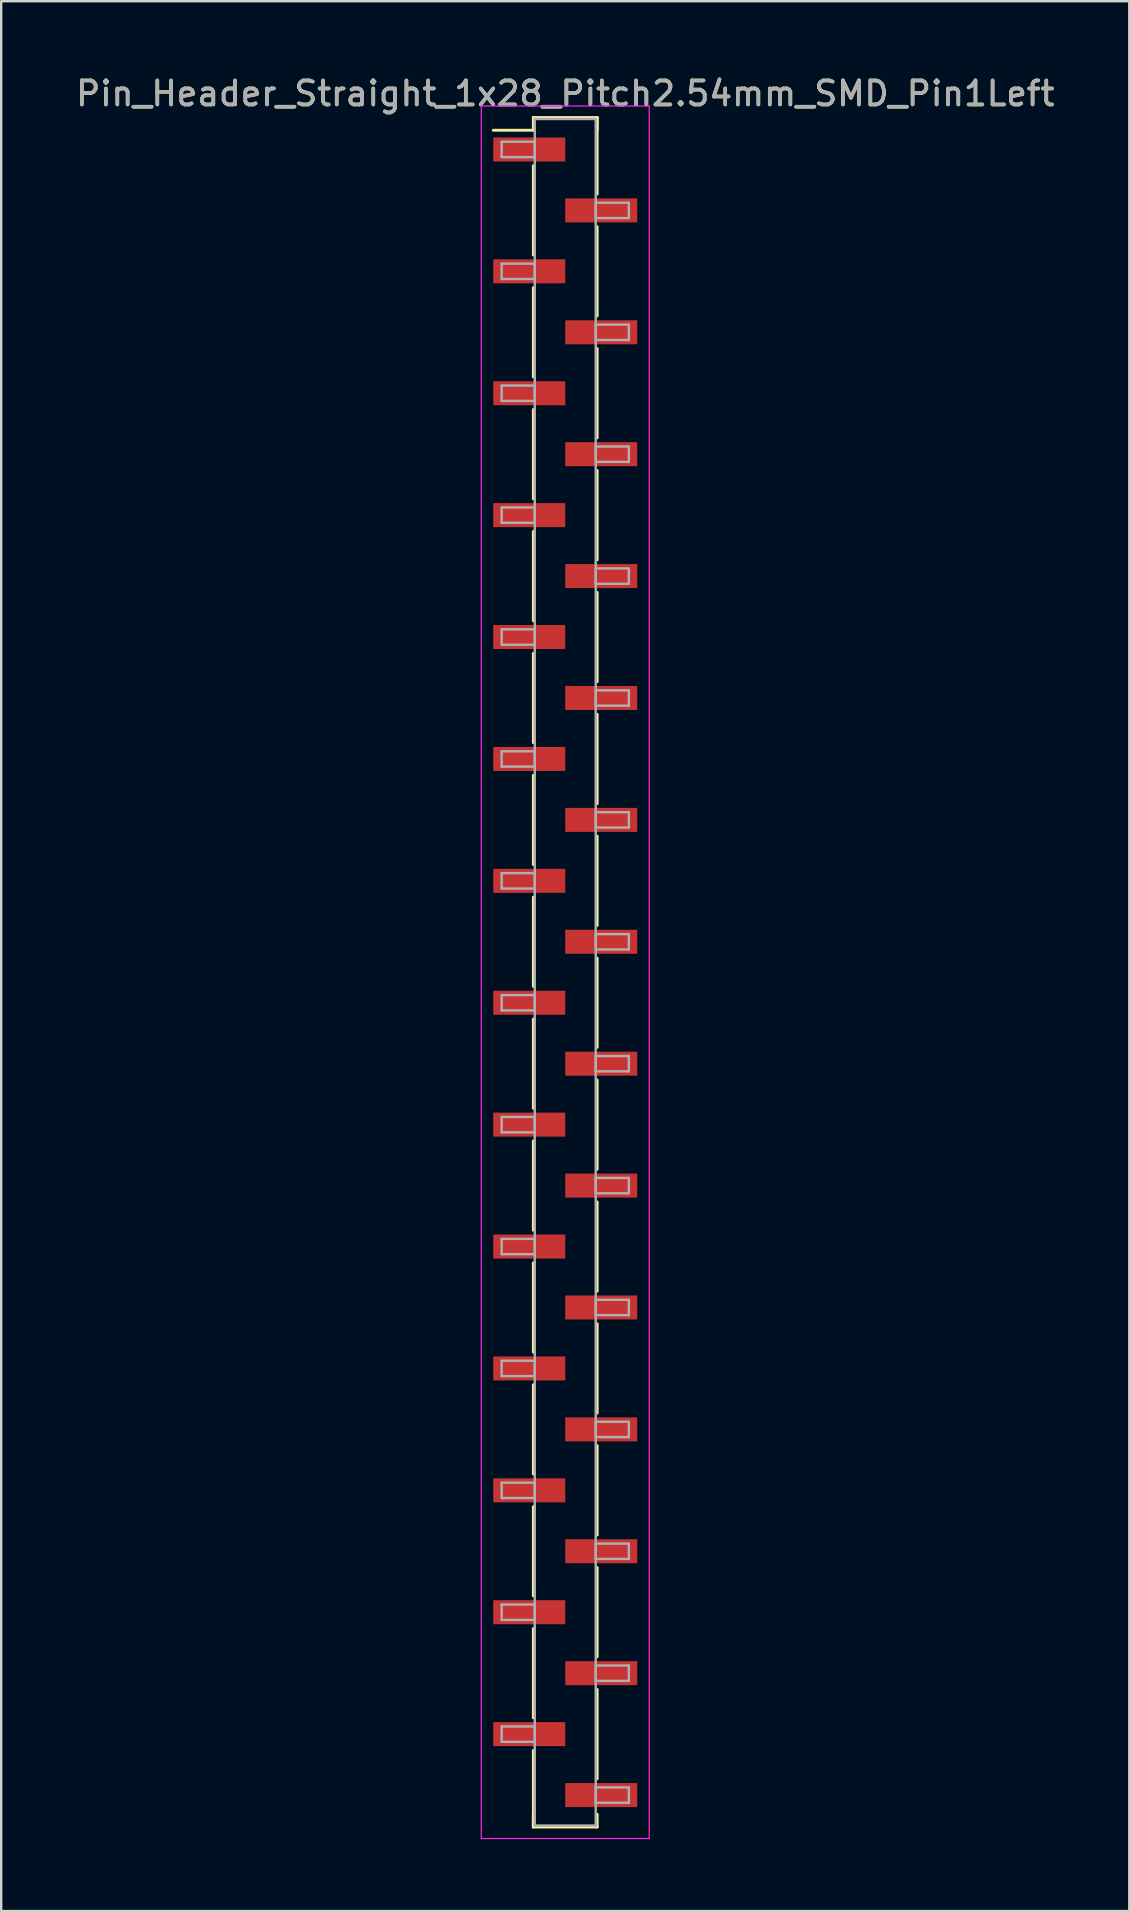
<source format=kicad_pcb>
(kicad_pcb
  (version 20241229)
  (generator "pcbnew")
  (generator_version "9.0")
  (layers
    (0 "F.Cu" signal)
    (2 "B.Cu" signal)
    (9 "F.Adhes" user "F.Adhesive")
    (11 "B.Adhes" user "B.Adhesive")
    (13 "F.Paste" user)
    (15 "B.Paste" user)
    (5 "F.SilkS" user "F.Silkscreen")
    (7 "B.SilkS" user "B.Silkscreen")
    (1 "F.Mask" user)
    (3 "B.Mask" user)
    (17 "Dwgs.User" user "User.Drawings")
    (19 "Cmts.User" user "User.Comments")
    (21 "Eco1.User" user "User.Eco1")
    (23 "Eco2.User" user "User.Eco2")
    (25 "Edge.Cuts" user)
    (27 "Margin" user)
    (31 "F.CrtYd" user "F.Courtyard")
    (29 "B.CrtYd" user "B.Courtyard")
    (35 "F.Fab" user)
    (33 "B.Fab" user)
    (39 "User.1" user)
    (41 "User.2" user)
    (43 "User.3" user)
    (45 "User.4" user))
  (footprint "Pin_Header_Straight_1x28_Pitch2.54mm_SMD_Pin1Left"
    (layer "F.Cu")
    (at 20.506 37.468)
    (property "Reference" "Pin_Header_Straight_1x28_Pitch2.54mm_SMD_Pin1Left" (at 0 -36.62 0) (layer "F.SilkS") (effects (font (size 1 1) (thickness 0.15))))
    (attr smd)
    (fp_line (start -1.33 -35.62) (end 1.33 -35.62) (stroke (width 0.12) (type solid)) (layer "F.SilkS"))
    (fp_line (start -1.33 -35.09) (end -3 -35.09) (stroke (width 0.12) (type solid)) (layer "F.SilkS"))
    (fp_line (start -1.33 -35.09) (end -1.33 -35.62) (stroke (width 0.12) (type solid)) (layer "F.SilkS"))
    (fp_line (start -1.33 -33.61) (end -1.33 -29.89) (stroke (width 0.12) (type solid)) (layer "F.SilkS"))
    (fp_line (start -1.33 -28.53) (end -1.33 -24.81) (stroke (width 0.12) (type solid)) (layer "F.SilkS"))
    (fp_line (start -1.33 -23.45) (end -1.33 -19.73) (stroke (width 0.12) (type solid)) (layer "F.SilkS"))
    (fp_line (start -1.33 -18.37) (end -1.33 -14.65) (stroke (width 0.12) (type solid)) (layer "F.SilkS"))
    (fp_line (start -1.33 -13.29) (end -1.33 -9.57) (stroke (width 0.12) (type solid)) (layer "F.SilkS"))
    (fp_line (start -1.33 -8.21) (end -1.33 -4.49) (stroke (width 0.12) (type solid)) (layer "F.SilkS"))
    (fp_line (start -1.33 -3.13) (end -1.33 0.59) (stroke (width 0.12) (type solid)) (layer "F.SilkS"))
    (fp_line (start -1.33 1.95) (end -1.33 5.67) (stroke (width 0.12) (type solid)) (layer "F.SilkS"))
    (fp_line (start -1.33 7.03) (end -1.33 10.75) (stroke (width 0.12) (type solid)) (layer "F.SilkS"))
    (fp_line (start -1.33 12.11) (end -1.33 15.83) (stroke (width 0.12) (type solid)) (layer "F.SilkS"))
    (fp_line (start -1.33 17.19) (end -1.33 20.91) (stroke (width 0.12) (type solid)) (layer "F.SilkS"))
    (fp_line (start -1.33 22.27) (end -1.33 25.99) (stroke (width 0.12) (type solid)) (layer "F.SilkS"))
    (fp_line (start -1.33 27.35) (end -1.33 31.07) (stroke (width 0.12) (type solid)) (layer "F.SilkS"))
    (fp_line (start -1.33 32.43) (end -1.33 35.62) (stroke (width 0.12) (type solid)) (layer "F.SilkS"))
    (fp_line (start -1.33 35.09) (end -1.33 35.62) (stroke (width 0.12) (type solid)) (layer "F.SilkS"))
    (fp_line (start -1.33 35.62) (end 1.33 35.62) (stroke (width 0.12) (type solid)) (layer "F.SilkS"))
    (fp_line (start 1.33 -35.62) (end 1.33 -35.09) (stroke (width 0.12) (type solid)) (layer "F.SilkS"))
    (fp_line (start 1.33 -35.62) (end 1.33 -32.43) (stroke (width 0.12) (type solid)) (layer "F.SilkS"))
    (fp_line (start 1.33 -31.07) (end 1.33 -27.35) (stroke (width 0.12) (type solid)) (layer "F.SilkS"))
    (fp_line (start 1.33 -25.99) (end 1.33 -22.27) (stroke (width 0.12) (type solid)) (layer "F.SilkS"))
    (fp_line (start 1.33 -20.91) (end 1.33 -17.19) (stroke (width 0.12) (type solid)) (layer "F.SilkS"))
    (fp_line (start 1.33 -15.83) (end 1.33 -12.11) (stroke (width 0.12) (type solid)) (layer "F.SilkS"))
    (fp_line (start 1.33 -10.75) (end 1.33 -7.03) (stroke (width 0.12) (type solid)) (layer "F.SilkS"))
    (fp_line (start 1.33 -5.67) (end 1.33 -1.95) (stroke (width 0.12) (type solid)) (layer "F.SilkS"))
    (fp_line (start 1.33 -0.59) (end 1.33 3.13) (stroke (width 0.12) (type solid)) (layer "F.SilkS"))
    (fp_line (start 1.33 4.49) (end 1.33 8.21) (stroke (width 0.12) (type solid)) (layer "F.SilkS"))
    (fp_line (start 1.33 9.57) (end 1.33 13.29) (stroke (width 0.12) (type solid)) (layer "F.SilkS"))
    (fp_line (start 1.33 14.65) (end 1.33 18.37) (stroke (width 0.12) (type solid)) (layer "F.SilkS"))
    (fp_line (start 1.33 19.73) (end 1.33 23.45) (stroke (width 0.12) (type solid)) (layer "F.SilkS"))
    (fp_line (start 1.33 24.81) (end 1.33 28.53) (stroke (width 0.12) (type solid)) (layer "F.SilkS"))
    (fp_line (start 1.33 29.89) (end 1.33 33.61) (stroke (width 0.12) (type solid)) (layer "F.SilkS"))
    (fp_line (start 1.33 35.62) (end 1.33 35.09) (stroke (width 0.12) (type solid)) (layer "F.SilkS"))
    (fp_line (start -3.5 -36.1) (end -3.5 36.1) (stroke (width 0.05) (type solid)) (layer "F.CrtYd"))
    (fp_line (start -3.5 36.1) (end 3.5 36.1) (stroke (width 0.05) (type solid)) (layer "F.CrtYd"))
    (fp_line (start 3.5 -36.1) (end -3.5 -36.1) (stroke (width 0.05) (type solid)) (layer "F.CrtYd"))
    (fp_line (start 3.5 36.1) (end 3.5 -36.1) (stroke (width 0.05) (type solid)) (layer "F.CrtYd"))
    (fp_line (start -2.65 -34.61) (end -1.27 -34.61) (stroke (width 0.1) (type solid)) (layer "F.Fab"))
    (fp_line (start -2.65 -33.97) (end -2.65 -34.61) (stroke (width 0.1) (type solid)) (layer "F.Fab"))
    (fp_line (start -2.65 -29.53) (end -1.27 -29.53) (stroke (width 0.1) (type solid)) (layer "F.Fab"))
    (fp_line (start -2.65 -28.89) (end -2.65 -29.53) (stroke (width 0.1) (type solid)) (layer "F.Fab"))
    (fp_line (start -2.65 -24.45) (end -1.27 -24.45) (stroke (width 0.1) (type solid)) (layer "F.Fab"))
    (fp_line (start -2.65 -23.81) (end -2.65 -24.45) (stroke (width 0.1) (type solid)) (layer "F.Fab"))
    (fp_line (start -2.65 -19.37) (end -1.27 -19.37) (stroke (width 0.1) (type solid)) (layer "F.Fab"))
    (fp_line (start -2.65 -18.73) (end -2.65 -19.37) (stroke (width 0.1) (type solid)) (layer "F.Fab"))
    (fp_line (start -2.65 -14.29) (end -1.27 -14.29) (stroke (width 0.1) (type solid)) (layer "F.Fab"))
    (fp_line (start -2.65 -13.65) (end -2.65 -14.29) (stroke (width 0.1) (type solid)) (layer "F.Fab"))
    (fp_line (start -2.65 -9.21) (end -1.27 -9.21) (stroke (width 0.1) (type solid)) (layer "F.Fab"))
    (fp_line (start -2.65 -8.57) (end -2.65 -9.21) (stroke (width 0.1) (type solid)) (layer "F.Fab"))
    (fp_line (start -2.65 -4.13) (end -1.27 -4.13) (stroke (width 0.1) (type solid)) (layer "F.Fab"))
    (fp_line (start -2.65 -3.49) (end -2.65 -4.13) (stroke (width 0.1) (type solid)) (layer "F.Fab"))
    (fp_line (start -2.65 0.95) (end -1.27 0.95) (stroke (width 0.1) (type solid)) (layer "F.Fab"))
    (fp_line (start -2.65 1.59) (end -2.65 0.95) (stroke (width 0.1) (type solid)) (layer "F.Fab"))
    (fp_line (start -2.65 6.03) (end -1.27 6.03) (stroke (width 0.1) (type solid)) (layer "F.Fab"))
    (fp_line (start -2.65 6.67) (end -2.65 6.03) (stroke (width 0.1) (type solid)) (layer "F.Fab"))
    (fp_line (start -2.65 11.11) (end -1.27 11.11) (stroke (width 0.1) (type solid)) (layer "F.Fab"))
    (fp_line (start -2.65 11.75) (end -2.65 11.11) (stroke (width 0.1) (type solid)) (layer "F.Fab"))
    (fp_line (start -2.65 16.19) (end -1.27 16.19) (stroke (width 0.1) (type solid)) (layer "F.Fab"))
    (fp_line (start -2.65 16.83) (end -2.65 16.19) (stroke (width 0.1) (type solid)) (layer "F.Fab"))
    (fp_line (start -2.65 21.27) (end -1.27 21.27) (stroke (width 0.1) (type solid)) (layer "F.Fab"))
    (fp_line (start -2.65 21.91) (end -2.65 21.27) (stroke (width 0.1) (type solid)) (layer "F.Fab"))
    (fp_line (start -2.65 26.35) (end -1.27 26.35) (stroke (width 0.1) (type solid)) (layer "F.Fab"))
    (fp_line (start -2.65 26.99) (end -2.65 26.35) (stroke (width 0.1) (type solid)) (layer "F.Fab"))
    (fp_line (start -2.65 31.43) (end -1.27 31.43) (stroke (width 0.1) (type solid)) (layer "F.Fab"))
    (fp_line (start -2.65 32.07) (end -2.65 31.43) (stroke (width 0.1) (type solid)) (layer "F.Fab"))
    (fp_line (start -1.27 -35.56) (end -1.27 35.56) (stroke (width 0.1) (type solid)) (layer "F.Fab"))
    (fp_line (start -1.27 -34.61) (end -1.27 -33.97) (stroke (width 0.1) (type solid)) (layer "F.Fab"))
    (fp_line (start -1.27 -33.97) (end -2.65 -33.97) (stroke (width 0.1) (type solid)) (layer "F.Fab"))
    (fp_line (start -1.27 -29.53) (end -1.27 -28.89) (stroke (width 0.1) (type solid)) (layer "F.Fab"))
    (fp_line (start -1.27 -28.89) (end -2.65 -28.89) (stroke (width 0.1) (type solid)) (layer "F.Fab"))
    (fp_line (start -1.27 -24.45) (end -1.27 -23.81) (stroke (width 0.1) (type solid)) (layer "F.Fab"))
    (fp_line (start -1.27 -23.81) (end -2.65 -23.81) (stroke (width 0.1) (type solid)) (layer "F.Fab"))
    (fp_line (start -1.27 -19.37) (end -1.27 -18.73) (stroke (width 0.1) (type solid)) (layer "F.Fab"))
    (fp_line (start -1.27 -18.73) (end -2.65 -18.73) (stroke (width 0.1) (type solid)) (layer "F.Fab"))
    (fp_line (start -1.27 -14.29) (end -1.27 -13.65) (stroke (width 0.1) (type solid)) (layer "F.Fab"))
    (fp_line (start -1.27 -13.65) (end -2.65 -13.65) (stroke (width 0.1) (type solid)) (layer "F.Fab"))
    (fp_line (start -1.27 -9.21) (end -1.27 -8.57) (stroke (width 0.1) (type solid)) (layer "F.Fab"))
    (fp_line (start -1.27 -8.57) (end -2.65 -8.57) (stroke (width 0.1) (type solid)) (layer "F.Fab"))
    (fp_line (start -1.27 -4.13) (end -1.27 -3.49) (stroke (width 0.1) (type solid)) (layer "F.Fab"))
    (fp_line (start -1.27 -3.49) (end -2.65 -3.49) (stroke (width 0.1) (type solid)) (layer "F.Fab"))
    (fp_line (start -1.27 0.95) (end -1.27 1.59) (stroke (width 0.1) (type solid)) (layer "F.Fab"))
    (fp_line (start -1.27 1.59) (end -2.65 1.59) (stroke (width 0.1) (type solid)) (layer "F.Fab"))
    (fp_line (start -1.27 6.03) (end -1.27 6.67) (stroke (width 0.1) (type solid)) (layer "F.Fab"))
    (fp_line (start -1.27 6.67) (end -2.65 6.67) (stroke (width 0.1) (type solid)) (layer "F.Fab"))
    (fp_line (start -1.27 11.11) (end -1.27 11.75) (stroke (width 0.1) (type solid)) (layer "F.Fab"))
    (fp_line (start -1.27 11.75) (end -2.65 11.75) (stroke (width 0.1) (type solid)) (layer "F.Fab"))
    (fp_line (start -1.27 16.19) (end -1.27 16.83) (stroke (width 0.1) (type solid)) (layer "F.Fab"))
    (fp_line (start -1.27 16.83) (end -2.65 16.83) (stroke (width 0.1) (type solid)) (layer "F.Fab"))
    (fp_line (start -1.27 21.27) (end -1.27 21.91) (stroke (width 0.1) (type solid)) (layer "F.Fab"))
    (fp_line (start -1.27 21.91) (end -2.65 21.91) (stroke (width 0.1) (type solid)) (layer "F.Fab"))
    (fp_line (start -1.27 26.35) (end -1.27 26.99) (stroke (width 0.1) (type solid)) (layer "F.Fab"))
    (fp_line (start -1.27 26.99) (end -2.65 26.99) (stroke (width 0.1) (type solid)) (layer "F.Fab"))
    (fp_line (start -1.27 31.43) (end -1.27 32.07) (stroke (width 0.1) (type solid)) (layer "F.Fab"))
    (fp_line (start -1.27 32.07) (end -2.65 32.07) (stroke (width 0.1) (type solid)) (layer "F.Fab"))
    (fp_line (start -1.27 35.56) (end 1.27 35.56) (stroke (width 0.1) (type solid)) (layer "F.Fab"))
    (fp_line (start 1.27 -35.56) (end -1.27 -35.56) (stroke (width 0.1) (type solid)) (layer "F.Fab"))
    (fp_line (start 1.27 -32.07) (end 1.27 -31.43) (stroke (width 0.1) (type solid)) (layer "F.Fab"))
    (fp_line (start 1.27 -31.43) (end 2.65 -31.43) (stroke (width 0.1) (type solid)) (layer "F.Fab"))
    (fp_line (start 1.27 -26.99) (end 1.27 -26.35) (stroke (width 0.1) (type solid)) (layer "F.Fab"))
    (fp_line (start 1.27 -26.35) (end 2.65 -26.35) (stroke (width 0.1) (type solid)) (layer "F.Fab"))
    (fp_line (start 1.27 -21.91) (end 1.27 -21.27) (stroke (width 0.1) (type solid)) (layer "F.Fab"))
    (fp_line (start 1.27 -21.27) (end 2.65 -21.27) (stroke (width 0.1) (type solid)) (layer "F.Fab"))
    (fp_line (start 1.27 -16.83) (end 1.27 -16.19) (stroke (width 0.1) (type solid)) (layer "F.Fab"))
    (fp_line (start 1.27 -16.19) (end 2.65 -16.19) (stroke (width 0.1) (type solid)) (layer "F.Fab"))
    (fp_line (start 1.27 -11.75) (end 1.27 -11.11) (stroke (width 0.1) (type solid)) (layer "F.Fab"))
    (fp_line (start 1.27 -11.11) (end 2.65 -11.11) (stroke (width 0.1) (type solid)) (layer "F.Fab"))
    (fp_line (start 1.27 -6.67) (end 1.27 -6.03) (stroke (width 0.1) (type solid)) (layer "F.Fab"))
    (fp_line (start 1.27 -6.03) (end 2.65 -6.03) (stroke (width 0.1) (type solid)) (layer "F.Fab"))
    (fp_line (start 1.27 -1.59) (end 1.27 -0.95) (stroke (width 0.1) (type solid)) (layer "F.Fab"))
    (fp_line (start 1.27 -0.95) (end 2.65 -0.95) (stroke (width 0.1) (type solid)) (layer "F.Fab"))
    (fp_line (start 1.27 3.49) (end 1.27 4.13) (stroke (width 0.1) (type solid)) (layer "F.Fab"))
    (fp_line (start 1.27 4.13) (end 2.65 4.13) (stroke (width 0.1) (type solid)) (layer "F.Fab"))
    (fp_line (start 1.27 8.57) (end 1.27 9.21) (stroke (width 0.1) (type solid)) (layer "F.Fab"))
    (fp_line (start 1.27 9.21) (end 2.65 9.21) (stroke (width 0.1) (type solid)) (layer "F.Fab"))
    (fp_line (start 1.27 13.65) (end 1.27 14.29) (stroke (width 0.1) (type solid)) (layer "F.Fab"))
    (fp_line (start 1.27 14.29) (end 2.65 14.29) (stroke (width 0.1) (type solid)) (layer "F.Fab"))
    (fp_line (start 1.27 18.73) (end 1.27 19.37) (stroke (width 0.1) (type solid)) (layer "F.Fab"))
    (fp_line (start 1.27 19.37) (end 2.65 19.37) (stroke (width 0.1) (type solid)) (layer "F.Fab"))
    (fp_line (start 1.27 23.81) (end 1.27 24.45) (stroke (width 0.1) (type solid)) (layer "F.Fab"))
    (fp_line (start 1.27 24.45) (end 2.65 24.45) (stroke (width 0.1) (type solid)) (layer "F.Fab"))
    (fp_line (start 1.27 28.89) (end 1.27 29.53) (stroke (width 0.1) (type solid)) (layer "F.Fab"))
    (fp_line (start 1.27 29.53) (end 2.65 29.53) (stroke (width 0.1) (type solid)) (layer "F.Fab"))
    (fp_line (start 1.27 33.97) (end 1.27 34.61) (stroke (width 0.1) (type solid)) (layer "F.Fab"))
    (fp_line (start 1.27 34.61) (end 2.65 34.61) (stroke (width 0.1) (type solid)) (layer "F.Fab"))
    (fp_line (start 1.27 35.56) (end 1.27 -35.56) (stroke (width 0.1) (type solid)) (layer "F.Fab"))
    (fp_line (start 2.65 -32.07) (end 1.27 -32.07) (stroke (width 0.1) (type solid)) (layer "F.Fab"))
    (fp_line (start 2.65 -31.43) (end 2.65 -32.07) (stroke (width 0.1) (type solid)) (layer "F.Fab"))
    (fp_line (start 2.65 -26.99) (end 1.27 -26.99) (stroke (width 0.1) (type solid)) (layer "F.Fab"))
    (fp_line (start 2.65 -26.35) (end 2.65 -26.99) (stroke (width 0.1) (type solid)) (layer "F.Fab"))
    (fp_line (start 2.65 -21.91) (end 1.27 -21.91) (stroke (width 0.1) (type solid)) (layer "F.Fab"))
    (fp_line (start 2.65 -21.27) (end 2.65 -21.91) (stroke (width 0.1) (type solid)) (layer "F.Fab"))
    (fp_line (start 2.65 -16.83) (end 1.27 -16.83) (stroke (width 0.1) (type solid)) (layer "F.Fab"))
    (fp_line (start 2.65 -16.19) (end 2.65 -16.83) (stroke (width 0.1) (type solid)) (layer "F.Fab"))
    (fp_line (start 2.65 -11.75) (end 1.27 -11.75) (stroke (width 0.1) (type solid)) (layer "F.Fab"))
    (fp_line (start 2.65 -11.11) (end 2.65 -11.75) (stroke (width 0.1) (type solid)) (layer "F.Fab"))
    (fp_line (start 2.65 -6.67) (end 1.27 -6.67) (stroke (width 0.1) (type solid)) (layer "F.Fab"))
    (fp_line (start 2.65 -6.03) (end 2.65 -6.67) (stroke (width 0.1) (type solid)) (layer "F.Fab"))
    (fp_line (start 2.65 -1.59) (end 1.27 -1.59) (stroke (width 0.1) (type solid)) (layer "F.Fab"))
    (fp_line (start 2.65 -0.95) (end 2.65 -1.59) (stroke (width 0.1) (type solid)) (layer "F.Fab"))
    (fp_line (start 2.65 3.49) (end 1.27 3.49) (stroke (width 0.1) (type solid)) (layer "F.Fab"))
    (fp_line (start 2.65 4.13) (end 2.65 3.49) (stroke (width 0.1) (type solid)) (layer "F.Fab"))
    (fp_line (start 2.65 8.57) (end 1.27 8.57) (stroke (width 0.1) (type solid)) (layer "F.Fab"))
    (fp_line (start 2.65 9.21) (end 2.65 8.57) (stroke (width 0.1) (type solid)) (layer "F.Fab"))
    (fp_line (start 2.65 13.65) (end 1.27 13.65) (stroke (width 0.1) (type solid)) (layer "F.Fab"))
    (fp_line (start 2.65 14.29) (end 2.65 13.65) (stroke (width 0.1) (type solid)) (layer "F.Fab"))
    (fp_line (start 2.65 18.73) (end 1.27 18.73) (stroke (width 0.1) (type solid)) (layer "F.Fab"))
    (fp_line (start 2.65 19.37) (end 2.65 18.73) (stroke (width 0.1) (type solid)) (layer "F.Fab"))
    (fp_line (start 2.65 23.81) (end 1.27 23.81) (stroke (width 0.1) (type solid)) (layer "F.Fab"))
    (fp_line (start 2.65 24.45) (end 2.65 23.81) (stroke (width 0.1) (type solid)) (layer "F.Fab"))
    (fp_line (start 2.65 28.89) (end 1.27 28.89) (stroke (width 0.1) (type solid)) (layer "F.Fab"))
    (fp_line (start 2.65 29.53) (end 2.65 28.89) (stroke (width 0.1) (type solid)) (layer "F.Fab"))
    (fp_line (start 2.65 33.97) (end 1.27 33.97) (stroke (width 0.1) (type solid)) (layer "F.Fab"))
    (fp_line (start 2.65 34.61) (end 2.65 33.97) (stroke (width 0.1) (type solid)) (layer "F.Fab"))
    (fp_text user "${REFERENCE}" (at 0 -36.62 0) (layer "F.Fab") (effects (font (size 1 1) (thickness 0.15))))
    (pad "1" smd rect (at -1.5 -34.29) (size 3 1) (layers "F.Cu" "F.Mask" "F.Paste"))
    (pad "2" smd rect (at 1.5 -31.75) (size 3 1) (layers "F.Cu" "F.Mask" "F.Paste"))
    (pad "3" smd rect (at -1.5 -29.21) (size 3 1) (layers "F.Cu" "F.Mask" "F.Paste"))
    (pad "4" smd rect (at 1.5 -26.67) (size 3 1) (layers "F.Cu" "F.Mask" "F.Paste"))
    (pad "5" smd rect (at -1.5 -24.13) (size 3 1) (layers "F.Cu" "F.Mask" "F.Paste"))
    (pad "6" smd rect (at 1.5 -21.59) (size 3 1) (layers "F.Cu" "F.Mask" "F.Paste"))
    (pad "7" smd rect (at -1.5 -19.05) (size 3 1) (layers "F.Cu" "F.Mask" "F.Paste"))
    (pad "8" smd rect (at 1.5 -16.51) (size 3 1) (layers "F.Cu" "F.Mask" "F.Paste"))
    (pad "9" smd rect (at -1.5 -13.97) (size 3 1) (layers "F.Cu" "F.Mask" "F.Paste"))
    (pad "10" smd rect (at 1.5 -11.43) (size 3 1) (layers "F.Cu" "F.Mask" "F.Paste"))
    (pad "11" smd rect (at -1.5 -8.89) (size 3 1) (layers "F.Cu" "F.Mask" "F.Paste"))
    (pad "12" smd rect (at 1.5 -6.35) (size 3 1) (layers "F.Cu" "F.Mask" "F.Paste"))
    (pad "13" smd rect (at -1.5 -3.81) (size 3 1) (layers "F.Cu" "F.Mask" "F.Paste"))
    (pad "14" smd rect (at 1.5 -1.27) (size 3 1) (layers "F.Cu" "F.Mask" "F.Paste"))
    (pad "15" smd rect (at -1.5 1.27) (size 3 1) (layers "F.Cu" "F.Mask" "F.Paste"))
    (pad "16" smd rect (at 1.5 3.81) (size 3 1) (layers "F.Cu" "F.Mask" "F.Paste"))
    (pad "17" smd rect (at -1.5 6.35) (size 3 1) (layers "F.Cu" "F.Mask" "F.Paste"))
    (pad "18" smd rect (at 1.5 8.89) (size 3 1) (layers "F.Cu" "F.Mask" "F.Paste"))
    (pad "19" smd rect (at -1.5 11.43) (size 3 1) (layers "F.Cu" "F.Mask" "F.Paste"))
    (pad "20" smd rect (at 1.5 13.97) (size 3 1) (layers "F.Cu" "F.Mask" "F.Paste"))
    (pad "21" smd rect (at -1.5 16.51) (size 3 1) (layers "F.Cu" "F.Mask" "F.Paste"))
    (pad "22" smd rect (at 1.5 19.05) (size 3 1) (layers "F.Cu" "F.Mask" "F.Paste"))
    (pad "23" smd rect (at -1.5 21.59) (size 3 1) (layers "F.Cu" "F.Mask" "F.Paste"))
    (pad "24" smd rect (at 1.5 24.13) (size 3 1) (layers "F.Cu" "F.Mask" "F.Paste"))
    (pad "25" smd rect (at -1.5 26.67) (size 3 1) (layers "F.Cu" "F.Mask" "F.Paste"))
    (pad "26" smd rect (at 1.5 29.21) (size 3 1) (layers "F.Cu" "F.Mask" "F.Paste"))
    (pad "27" smd rect (at -1.5 31.75) (size 3 1) (layers "F.Cu" "F.Mask" "F.Paste"))
    (pad "28" smd rect (at 1.5 34.29) (size 3 1) (layers "F.Cu" "F.Mask" "F.Paste")))
  (gr_rect
    (start -3 -3)
    (end 44.012 76.593)
    (stroke (width 0.1) (type default))
    (fill no)
    (layer "Edge.Cuts")))
</source>
